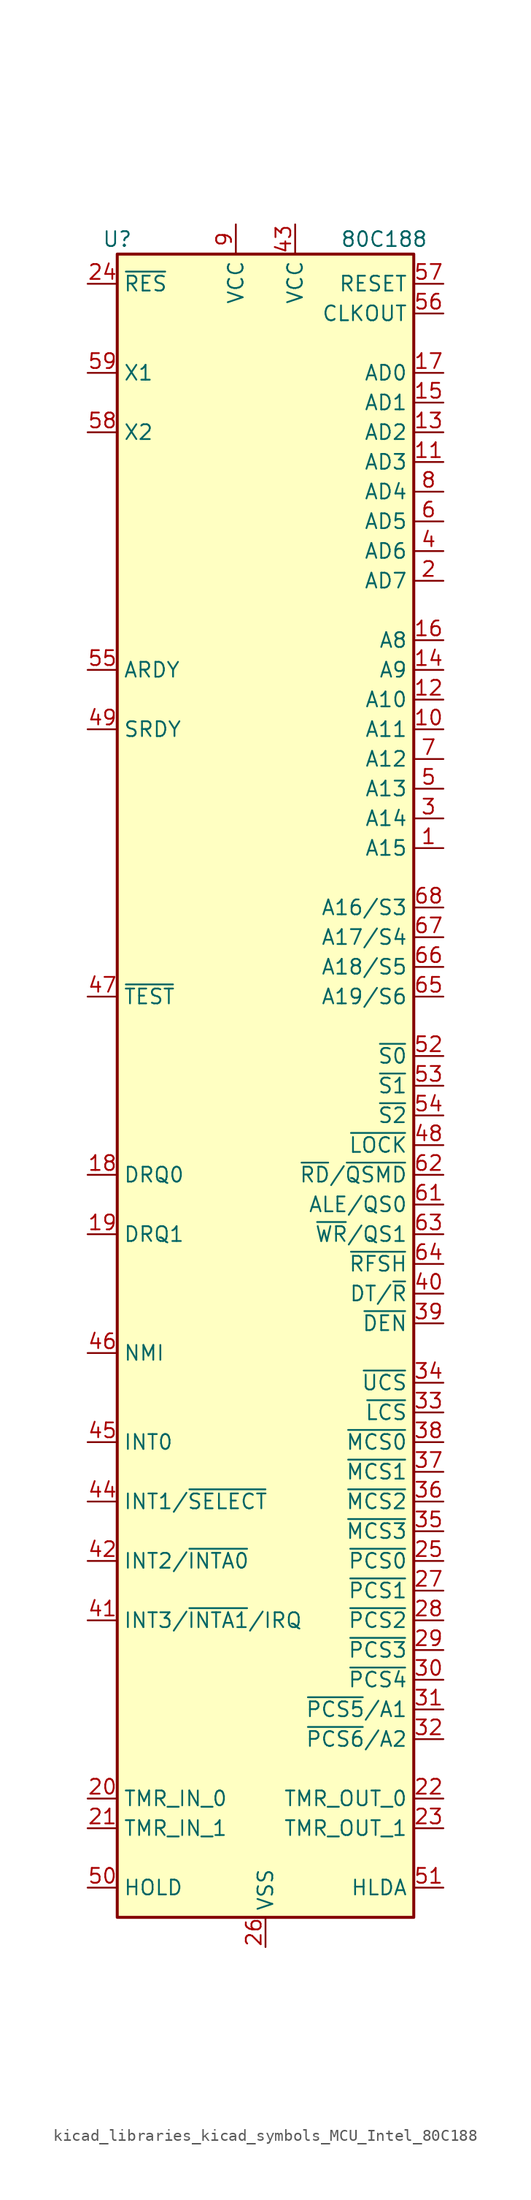
<source format=kicad_sym>
(kicad_symbol_lib
  (version 20220914)
  (generator kicad_symbol_editor)
  (symbol "kicad_libraries_kicad_symbols_MCU_Intel_80C188"
    (property "Reference" "U"
      (at -12.7 72.39 0)
      (effects (font (size 1.27 1.27))))
    (property "Value" "80C188"
      (at 10.16 72.39 0)
      (effects (font (size 1.27 1.27))))
    (symbol "kicad_libraries_kicad_symbols_MCU_Intel_80C188_0_1"
      (rectangle (start 12.7 -71.12) (end -12.7 71.12) (stroke (width 0.254) (type default)) (fill (type background))))
    (symbol "kicad_libraries_kicad_symbols_MCU_Intel_80C188_1_1"
      (pin output line (at 15.24 20.32 180) (length 2.54) (name "A15" (effects (font (size 1.27 1.27)))) (number "1" (effects (font (size 1.27 1.27)))))
      (pin output line (at 15.24 30.48 180) (length 2.54) (name "A11" (effects (font (size 1.27 1.27)))) (number "10" (effects (font (size 1.27 1.27)))))
      (pin bidirectional line (at 15.24 53.34 180) (length 2.54) (name "AD3" (effects (font (size 1.27 1.27)))) (number "11" (effects (font (size 1.27 1.27)))))
      (pin output line (at 15.24 33.02 180) (length 2.54) (name "A10" (effects (font (size 1.27 1.27)))) (number "12" (effects (font (size 1.27 1.27)))))
      (pin bidirectional line (at 15.24 55.88 180) (length 2.54) (name "AD2" (effects (font (size 1.27 1.27)))) (number "13" (effects (font (size 1.27 1.27)))))
      (pin output line (at 15.24 35.56 180) (length 2.54) (name "A9" (effects (font (size 1.27 1.27)))) (number "14" (effects (font (size 1.27 1.27)))))
      (pin bidirectional line (at 15.24 58.42 180) (length 2.54) (name "AD1" (effects (font (size 1.27 1.27)))) (number "15" (effects (font (size 1.27 1.27)))))
      (pin output line (at 15.24 38.1 180) (length 2.54) (name "A8" (effects (font (size 1.27 1.27)))) (number "16" (effects (font (size 1.27 1.27)))))
      (pin bidirectional line (at 15.24 60.96 180) (length 2.54) (name "AD0" (effects (font (size 1.27 1.27)))) (number "17" (effects (font (size 1.27 1.27)))))
      (pin input line (at -15.24 -7.62 0) (length 2.54) (name "DRQ0" (effects (font (size 1.27 1.27)))) (number "18" (effects (font (size 1.27 1.27)))))
      (pin input line (at -15.24 -12.7 0) (length 2.54) (name "DRQ1" (effects (font (size 1.27 1.27)))) (number "19" (effects (font (size 1.27 1.27)))))
      (pin bidirectional line (at 15.24 43.18 180) (length 2.54) (name "AD7" (effects (font (size 1.27 1.27)))) (number "2" (effects (font (size 1.27 1.27)))))
      (pin input line (at -15.24 -60.96 0) (length 2.54) (name "TMR_IN_0" (effects (font (size 1.27 1.27)))) (number "20" (effects (font (size 1.27 1.27)))))
      (pin input line (at -15.24 -63.5 0) (length 2.54) (name "TMR_IN_1" (effects (font (size 1.27 1.27)))) (number "21" (effects (font (size 1.27 1.27)))))
      (pin output line (at 15.24 -60.96 180) (length 2.54) (name "TMR_OUT_0" (effects (font (size 1.27 1.27)))) (number "22" (effects (font (size 1.27 1.27)))))
      (pin output line (at 15.24 -63.5 180) (length 2.54) (name "TMR_OUT_1" (effects (font (size 1.27 1.27)))) (number "23" (effects (font (size 1.27 1.27)))))
      (pin input line (at -15.24 68.58 0) (length 2.54) (name "~{RES}" (effects (font (size 1.27 1.27)))) (number "24" (effects (font (size 1.27 1.27)))))
      (pin output line (at 15.24 -40.64 180) (length 2.54) (name "~{PCS0}" (effects (font (size 1.27 1.27)))) (number "25" (effects (font (size 1.27 1.27)))))
      (pin power_in line (at 0 -73.66 90) (length 2.54) (name "VSS" (effects (font (size 1.27 1.27)))) (number "26" (effects (font (size 1.27 1.27)))))
      (pin output line (at 15.24 -43.18 180) (length 2.54) (name "~{PCS1}" (effects (font (size 1.27 1.27)))) (number "27" (effects (font (size 1.27 1.27)))))
      (pin output line (at 15.24 -45.72 180) (length 2.54) (name "~{PCS2}" (effects (font (size 1.27 1.27)))) (number "28" (effects (font (size 1.27 1.27)))))
      (pin output line (at 15.24 -48.26 180) (length 2.54) (name "~{PCS3}" (effects (font (size 1.27 1.27)))) (number "29" (effects (font (size 1.27 1.27)))))
      (pin output line (at 15.24 22.86 180) (length 2.54) (name "A14" (effects (font (size 1.27 1.27)))) (number "3" (effects (font (size 1.27 1.27)))))
      (pin output line (at 15.24 -50.8 180) (length 2.54) (name "~{PCS4}" (effects (font (size 1.27 1.27)))) (number "30" (effects (font (size 1.27 1.27)))))
      (pin output line (at 15.24 -53.34 180) (length 2.54) (name "~{PCS5}/A1" (effects (font (size 1.27 1.27)))) (number "31" (effects (font (size 1.27 1.27)))))
      (pin output line (at 15.24 -55.88 180) (length 2.54) (name "~{PCS6}/A2" (effects (font (size 1.27 1.27)))) (number "32" (effects (font (size 1.27 1.27)))))
      (pin bidirectional line (at 15.24 -27.94 180) (length 2.54) (name "~{LCS}" (effects (font (size 1.27 1.27)))) (number "33" (effects (font (size 1.27 1.27)))))
      (pin bidirectional line (at 15.24 -25.4 180) (length 2.54) (name "~{UCS}" (effects (font (size 1.27 1.27)))) (number "34" (effects (font (size 1.27 1.27)))))
      (pin output line (at 15.24 -38.1 180) (length 2.54) (name "~{MCS3}" (effects (font (size 1.27 1.27)))) (number "35" (effects (font (size 1.27 1.27)))))
      (pin output line (at 15.24 -35.56 180) (length 2.54) (name "~{MCS2}" (effects (font (size 1.27 1.27)))) (number "36" (effects (font (size 1.27 1.27)))))
      (pin output line (at 15.24 -33.02 180) (length 2.54) (name "~{MCS1}" (effects (font (size 1.27 1.27)))) (number "37" (effects (font (size 1.27 1.27)))))
      (pin output line (at 15.24 -30.48 180) (length 2.54) (name "~{MCS0}" (effects (font (size 1.27 1.27)))) (number "38" (effects (font (size 1.27 1.27)))))
      (pin output line (at 15.24 -20.32 180) (length 2.54) (name "~{DEN}" (effects (font (size 1.27 1.27)))) (number "39" (effects (font (size 1.27 1.27)))))
      (pin bidirectional line (at 15.24 45.72 180) (length 2.54) (name "AD6" (effects (font (size 1.27 1.27)))) (number "4" (effects (font (size 1.27 1.27)))))
      (pin output line (at 15.24 -17.78 180) (length 2.54) (name "DT/~{R}" (effects (font (size 1.27 1.27)))) (number "40" (effects (font (size 1.27 1.27)))))
      (pin bidirectional line (at -15.24 -45.72 0) (length 2.54) (name "INT3/~{INTA1}/IRQ" (effects (font (size 1.27 1.27)))) (number "41" (effects (font (size 1.27 1.27)))))
      (pin bidirectional line (at -15.24 -40.64 0) (length 2.54) (name "INT2/~{INTA0}" (effects (font (size 1.27 1.27)))) (number "42" (effects (font (size 1.27 1.27)))))
      (pin power_in line (at 2.54 73.66 270) (length 2.54) (name "VCC" (effects (font (size 1.27 1.27)))) (number "43" (effects (font (size 1.27 1.27)))))
      (pin input line (at -15.24 -35.56 0) (length 2.54) (name "INT1/~{SELECT}" (effects (font (size 1.27 1.27)))) (number "44" (effects (font (size 1.27 1.27)))))
      (pin input line (at -15.24 -30.48 0) (length 2.54) (name "INT0" (effects (font (size 1.27 1.27)))) (number "45" (effects (font (size 1.27 1.27)))))
      (pin input line (at -15.24 -22.86 0) (length 2.54) (name "NMI" (effects (font (size 1.27 1.27)))) (number "46" (effects (font (size 1.27 1.27)))))
      (pin bidirectional line (at -15.24 7.62 0) (length 2.54) (name "~{TEST}" (effects (font (size 1.27 1.27)))) (number "47" (effects (font (size 1.27 1.27)))))
      (pin output line (at 15.24 -5.08 180) (length 2.54) (name "~{LOCK}" (effects (font (size 1.27 1.27)))) (number "48" (effects (font (size 1.27 1.27)))))
      (pin input line (at -15.24 30.48 0) (length 2.54) (name "SRDY" (effects (font (size 1.27 1.27)))) (number "49" (effects (font (size 1.27 1.27)))))
      (pin output line (at 15.24 25.4 180) (length 2.54) (name "A13" (effects (font (size 1.27 1.27)))) (number "5" (effects (font (size 1.27 1.27)))))
      (pin input line (at -15.24 -68.58 0) (length 2.54) (name "HOLD" (effects (font (size 1.27 1.27)))) (number "50" (effects (font (size 1.27 1.27)))))
      (pin output line (at 15.24 -68.58 180) (length 2.54) (name "HLDA" (effects (font (size 1.27 1.27)))) (number "51" (effects (font (size 1.27 1.27)))))
      (pin output line (at 15.24 2.54 180) (length 2.54) (name "~{S0}" (effects (font (size 1.27 1.27)))) (number "52" (effects (font (size 1.27 1.27)))))
      (pin output line (at 15.24 0 180) (length 2.54) (name "~{S1}" (effects (font (size 1.27 1.27)))) (number "53" (effects (font (size 1.27 1.27)))))
      (pin output line (at 15.24 -2.54 180) (length 2.54) (name "~{S2}" (effects (font (size 1.27 1.27)))) (number "54" (effects (font (size 1.27 1.27)))))
      (pin input line (at -15.24 35.56 0) (length 2.54) (name "ARDY" (effects (font (size 1.27 1.27)))) (number "55" (effects (font (size 1.27 1.27)))))
      (pin output line (at 15.24 66.04 180) (length 2.54) (name "CLKOUT" (effects (font (size 1.27 1.27)))) (number "56" (effects (font (size 1.27 1.27)))))
      (pin output line (at 15.24 68.58 180) (length 2.54) (name "RESET" (effects (font (size 1.27 1.27)))) (number "57" (effects (font (size 1.27 1.27)))))
      (pin output line (at -15.24 55.88 0) (length 2.54) (name "X2" (effects (font (size 1.27 1.27)))) (number "58" (effects (font (size 1.27 1.27)))))
      (pin input line (at -15.24 60.96 0) (length 2.54) (name "X1" (effects (font (size 1.27 1.27)))) (number "59" (effects (font (size 1.27 1.27)))))
      (pin bidirectional line (at 15.24 48.26 180) (length 2.54) (name "AD5" (effects (font (size 1.27 1.27)))) (number "6" (effects (font (size 1.27 1.27)))))
      (pin passive line (at 0 -73.66 90) (length 2.54) hide (name "VSS" (effects (font (size 1.27 1.27)))) (number "60" (effects (font (size 1.27 1.27)))))
      (pin output line (at 15.24 -10.16 180) (length 2.54) (name "ALE/QS0" (effects (font (size 1.27 1.27)))) (number "61" (effects (font (size 1.27 1.27)))))
      (pin bidirectional line (at 15.24 -7.62 180) (length 2.54) (name "~{RD}/~{QSMD}" (effects (font (size 1.27 1.27)))) (number "62" (effects (font (size 1.27 1.27)))))
      (pin output line (at 15.24 -12.7 180) (length 2.54) (name "~{WR}/QS1" (effects (font (size 1.27 1.27)))) (number "63" (effects (font (size 1.27 1.27)))))
      (pin output line (at 15.24 -15.24 180) (length 2.54) (name "~{RFSH}" (effects (font (size 1.27 1.27)))) (number "64" (effects (font (size 1.27 1.27)))))
      (pin output line (at 15.24 7.62 180) (length 2.54) (name "A19/S6" (effects (font (size 1.27 1.27)))) (number "65" (effects (font (size 1.27 1.27)))))
      (pin output line (at 15.24 10.16 180) (length 2.54) (name "A18/S5" (effects (font (size 1.27 1.27)))) (number "66" (effects (font (size 1.27 1.27)))))
      (pin output line (at 15.24 12.7 180) (length 2.54) (name "A17/S4" (effects (font (size 1.27 1.27)))) (number "67" (effects (font (size 1.27 1.27)))))
      (pin output line (at 15.24 15.24 180) (length 2.54) (name "A16/S3" (effects (font (size 1.27 1.27)))) (number "68" (effects (font (size 1.27 1.27)))))
      (pin output line (at 15.24 27.94 180) (length 2.54) (name "A12" (effects (font (size 1.27 1.27)))) (number "7" (effects (font (size 1.27 1.27)))))
      (pin bidirectional line (at 15.24 50.8 180) (length 2.54) (name "AD4" (effects (font (size 1.27 1.27)))) (number "8" (effects (font (size 1.27 1.27)))))
      (pin power_in line (at -2.54 73.66 270) (length 2.54) (name "VCC" (effects (font (size 1.27 1.27)))) (number "9" (effects (font (size 1.27 1.27))))))))
</source>
